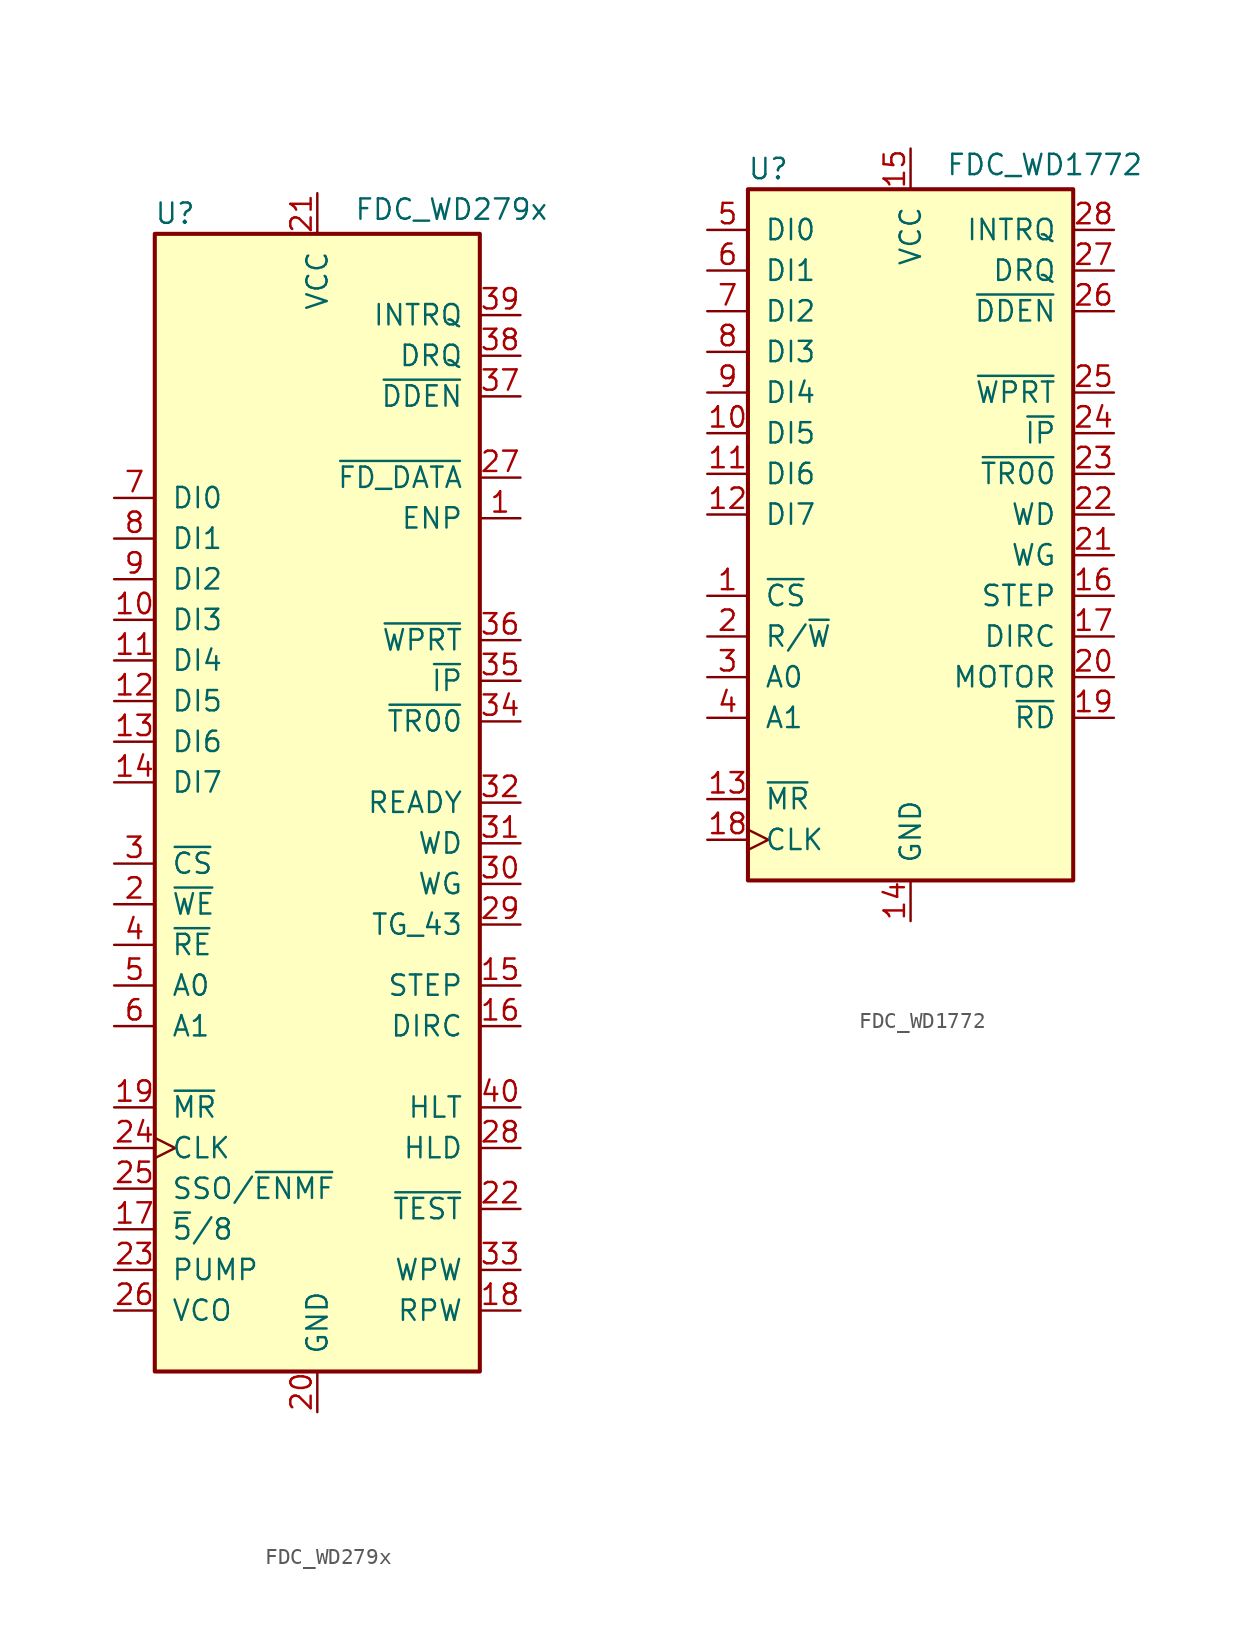
<source format=kicad_sym>
(kicad_symbol_lib
  (version 20241209)
  (generator "kicad_symbol_editor")
  (generator_version "9.0")
  (symbol "FDC_WD279x"
    (pin_names
      (offset 1.016))
    (property "Reference" "U"
      (at -8.89 36.83 0)
      (effects (font (size 1.27 1.27))))
    (property "Value" "FDC_WD279x"
      (at 8.382 37.084 0)
      (effects (font (size 1.27 1.27))))
    (symbol "FDC_WD279x_0_1"
      (rectangle (start -10.16 35.56) (end 10.16 -35.56) (stroke (width 0.254) (type default)) (fill (type background))))
    (symbol "FDC_WD279x_1_1"
      (pin tri_state line (at -12.7 19.05 0) (length 2.54) (name "DI0" (effects (font (size 1.27 1.27)))) (number "7" (effects (font (size 1.27 1.27)))))
      (pin tri_state line (at -12.7 16.51 0) (length 2.54) (name "DI1" (effects (font (size 1.27 1.27)))) (number "8" (effects (font (size 1.27 1.27)))))
      (pin tri_state line (at -12.7 13.97 0) (length 2.54) (name "DI2" (effects (font (size 1.27 1.27)))) (number "9" (effects (font (size 1.27 1.27)))))
      (pin tri_state line (at -12.7 11.43 0) (length 2.54) (name "DI3" (effects (font (size 1.27 1.27)))) (number "10" (effects (font (size 1.27 1.27)))))
      (pin tri_state line (at -12.7 8.89 0) (length 2.54) (name "DI4" (effects (font (size 1.27 1.27)))) (number "11" (effects (font (size 1.27 1.27)))))
      (pin tri_state line (at -12.7 6.35 0) (length 2.54) (name "DI5" (effects (font (size 1.27 1.27)))) (number "12" (effects (font (size 1.27 1.27)))))
      (pin tri_state line (at -12.7 3.81 0) (length 2.54) (name "DI6" (effects (font (size 1.27 1.27)))) (number "13" (effects (font (size 1.27 1.27)))))
      (pin tri_state line (at -12.7 1.27 0) (length 2.54) (name "DI7" (effects (font (size 1.27 1.27)))) (number "14" (effects (font (size 1.27 1.27)))))
      (pin input line (at -12.7 -3.81 0) (length 2.54) (name "~{CS}" (effects (font (size 1.27 1.27)))) (number "3" (effects (font (size 1.27 1.27)))))
      (pin input line (at -12.7 -6.35 0) (length 2.54) (name "~{WE}" (effects (font (size 1.27 1.27)))) (number "2" (effects (font (size 1.27 1.27)))))
      (pin input line (at -12.7 -8.89 0) (length 2.54) (name "~{RE}" (effects (font (size 1.27 1.27)))) (number "4" (effects (font (size 1.27 1.27)))))
      (pin input line (at -12.7 -11.43 0) (length 2.54) (name "A0" (effects (font (size 1.27 1.27)))) (number "5" (effects (font (size 1.27 1.27)))))
      (pin input line (at -12.7 -13.97 0) (length 2.54) (name "A1" (effects (font (size 1.27 1.27)))) (number "6" (effects (font (size 1.27 1.27)))))
      (pin input line (at -12.7 -19.05 0) (length 2.54) (name "~{MR}" (effects (font (size 1.27 1.27)))) (number "19" (effects (font (size 1.27 1.27)))))
      (pin input clock (at -12.7 -21.59 0) (length 2.54) (name "CLK" (effects (font (size 1.27 1.27)))) (number "24" (effects (font (size 1.27 1.27)))))
      (pin passive line (at -12.7 -24.13 0) (length 2.54) (name "SSO/~{ENMF}" (effects (font (size 1.27 1.27)))) (number "25" (effects (font (size 1.27 1.27)))))
      (pin input line (at -12.7 -26.67 0) (length 2.54) (name "~{5}/8" (effects (font (size 1.27 1.27)))) (number "17" (effects (font (size 1.27 1.27)))))
      (pin input line (at -12.7 -29.21 0) (length 2.54) (name "PUMP" (effects (font (size 1.27 1.27)))) (number "23" (effects (font (size 1.27 1.27)))))
      (pin passive line (at -12.7 -31.75 0) (length 2.54) (name "VCO" (effects (font (size 1.27 1.27)))) (number "26" (effects (font (size 1.27 1.27)))))
      (pin power_in line (at 0 38.1 270) (length 2.54) (name "VCC" (effects (font (size 1.27 1.27)))) (number "21" (effects (font (size 1.27 1.27)))))
      (pin power_in line (at 0 -38.1 90) (length 2.54) (name "GND" (effects (font (size 1.27 1.27)))) (number "20" (effects (font (size 1.27 1.27)))))
      (pin input line (at 12.7 30.48 180) (length 2.54) (name "INTRQ" (effects (font (size 1.27 1.27)))) (number "39" (effects (font (size 1.27 1.27)))))
      (pin output line (at 12.7 27.94 180) (length 2.54) (name "DRQ" (effects (font (size 1.27 1.27)))) (number "38" (effects (font (size 1.27 1.27)))))
      (pin input line (at 12.7 25.4 180) (length 2.54) (name "~{DDEN}" (effects (font (size 1.27 1.27)))) (number "37" (effects (font (size 1.27 1.27)))))
      (pin input line (at 12.7 20.32 180) (length 2.54) (name "~{FD_DATA}" (effects (font (size 1.27 1.27)))) (number "27" (effects (font (size 1.27 1.27)))))
      (pin input line (at 12.7 17.78 180) (length 2.54) (name "ENP" (effects (font (size 1.27 1.27)))) (number "1" (effects (font (size 1.27 1.27)))))
      (pin input line (at 12.7 10.16 180) (length 2.54) (name "~{WPRT}" (effects (font (size 1.27 1.27)))) (number "36" (effects (font (size 1.27 1.27)))))
      (pin input line (at 12.7 7.62 180) (length 2.54) (name "~{IP}" (effects (font (size 1.27 1.27)))) (number "35" (effects (font (size 1.27 1.27)))))
      (pin input line (at 12.7 5.08 180) (length 2.54) (name "~{TR00}" (effects (font (size 1.27 1.27)))) (number "34" (effects (font (size 1.27 1.27)))))
      (pin input line (at 12.7 0 180) (length 2.54) (name "READY" (effects (font (size 1.27 1.27)))) (number "32" (effects (font (size 1.27 1.27)))))
      (pin output line (at 12.7 -2.54 180) (length 2.54) (name "WD" (effects (font (size 1.27 1.27)))) (number "31" (effects (font (size 1.27 1.27)))))
      (pin output line (at 12.7 -5.08 180) (length 2.54) (name "WG" (effects (font (size 1.27 1.27)))) (number "30" (effects (font (size 1.27 1.27)))))
      (pin output line (at 12.7 -7.62 180) (length 2.54) (name "TG_43" (effects (font (size 1.27 1.27)))) (number "29" (effects (font (size 1.27 1.27)))))
      (pin output line (at 12.7 -11.43 180) (length 2.54) (name "STEP" (effects (font (size 1.27 1.27)))) (number "15" (effects (font (size 1.27 1.27)))))
      (pin output line (at 12.7 -13.97 180) (length 2.54) (name "DIRC" (effects (font (size 1.27 1.27)))) (number "16" (effects (font (size 1.27 1.27)))))
      (pin input line (at 12.7 -19.05 180) (length 2.54) (name "HLT" (effects (font (size 1.27 1.27)))) (number "40" (effects (font (size 1.27 1.27)))))
      (pin output line (at 12.7 -21.59 180) (length 2.54) (name "HLD" (effects (font (size 1.27 1.27)))) (number "28" (effects (font (size 1.27 1.27)))))
      (pin input line (at 12.7 -25.4 180) (length 2.54) (name "~{TEST}" (effects (font (size 1.27 1.27)))) (number "22" (effects (font (size 1.27 1.27)))))
      (pin passive line (at 12.7 -29.21 180) (length 2.54) (name "WPW" (effects (font (size 1.27 1.27)))) (number "33" (effects (font (size 1.27 1.27)))))
      (pin passive line (at 12.7 -31.75 180) (length 2.54) (name "RPW" (effects (font (size 1.27 1.27)))) (number "18" (effects (font (size 1.27 1.27)))))))
  (symbol "FDC_WD1772"
    (pin_names
      (offset 1.016))
    (property "Reference" "U"
      (at -8.89 24.13 0)
      (effects (font (size 1.27 1.27))))
    (property "Value" "FDC_WD1772"
      (at 8.382 24.384 0)
      (effects (font (size 1.27 1.27))))
    (symbol "FDC_WD1772_0_1"
      (rectangle (start -10.16 22.86) (end 10.16 -20.32) (stroke (width 0.254) (type default)) (fill (type background))))
    (symbol "FDC_WD1772_1_1"
      (pin tri_state line (at -12.7 20.32 0) (length 2.54) (name "DI0" (effects (font (size 1.27 1.27)))) (number "5" (effects (font (size 1.27 1.27)))))
      (pin tri_state line (at -12.7 17.78 0) (length 2.54) (name "DI1" (effects (font (size 1.27 1.27)))) (number "6" (effects (font (size 1.27 1.27)))))
      (pin tri_state line (at -12.7 15.24 0) (length 2.54) (name "DI2" (effects (font (size 1.27 1.27)))) (number "7" (effects (font (size 1.27 1.27)))))
      (pin tri_state line (at -12.7 12.7 0) (length 2.54) (name "DI3" (effects (font (size 1.27 1.27)))) (number "8" (effects (font (size 1.27 1.27)))))
      (pin tri_state line (at -12.7 10.16 0) (length 2.54) (name "DI4" (effects (font (size 1.27 1.27)))) (number "9" (effects (font (size 1.27 1.27)))))
      (pin tri_state line (at -12.7 7.62 0) (length 2.54) (name "DI5" (effects (font (size 1.27 1.27)))) (number "10" (effects (font (size 1.27 1.27)))))
      (pin tri_state line (at -12.7 5.08 0) (length 2.54) (name "DI6" (effects (font (size 1.27 1.27)))) (number "11" (effects (font (size 1.27 1.27)))))
      (pin tri_state line (at -12.7 2.54 0) (length 2.54) (name "DI7" (effects (font (size 1.27 1.27)))) (number "12" (effects (font (size 1.27 1.27)))))
      (pin input line (at -12.7 -2.54 0) (length 2.54) (name "~{CS}" (effects (font (size 1.27 1.27)))) (number "1" (effects (font (size 1.27 1.27)))))
      (pin input line (at -12.7 -5.08 0) (length 2.54) (name "R/~{W}" (effects (font (size 1.27 1.27)))) (number "2" (effects (font (size 1.27 1.27)))))
      (pin input line (at -12.7 -7.62 0) (length 2.54) (name "A0" (effects (font (size 1.27 1.27)))) (number "3" (effects (font (size 1.27 1.27)))))
      (pin input line (at -12.7 -10.16 0) (length 2.54) (name "A1" (effects (font (size 1.27 1.27)))) (number "4" (effects (font (size 1.27 1.27)))))
      (pin input line (at -12.7 -15.24 0) (length 2.54) (name "~{MR}" (effects (font (size 1.27 1.27)))) (number "13" (effects (font (size 1.27 1.27)))))
      (pin input clock (at -12.7 -17.78 0) (length 2.54) (name "CLK" (effects (font (size 1.27 1.27)))) (number "18" (effects (font (size 1.27 1.27)))))
      (pin power_in line (at 0 25.4 270) (length 2.54) (name "VCC" (effects (font (size 1.27 1.27)))) (number "15" (effects (font (size 1.27 1.27)))))
      (pin power_in line (at 0 -22.86 90) (length 2.54) (name "GND" (effects (font (size 1.27 1.27)))) (number "14" (effects (font (size 1.27 1.27)))))
      (pin input line (at 12.7 20.32 180) (length 2.54) (name "INTRQ" (effects (font (size 1.27 1.27)))) (number "28" (effects (font (size 1.27 1.27)))))
      (pin output line (at 12.7 17.78 180) (length 2.54) (name "DRQ" (effects (font (size 1.27 1.27)))) (number "27" (effects (font (size 1.27 1.27)))))
      (pin input line (at 12.7 15.24 180) (length 2.54) (name "~{DDEN}" (effects (font (size 1.27 1.27)))) (number "26" (effects (font (size 1.27 1.27)))))
      (pin input line (at 12.7 10.16 180) (length 2.54) (name "~{WPRT}" (effects (font (size 1.27 1.27)))) (number "25" (effects (font (size 1.27 1.27)))))
      (pin input line (at 12.7 7.62 180) (length 2.54) (name "~{IP}" (effects (font (size 1.27 1.27)))) (number "24" (effects (font (size 1.27 1.27)))))
      (pin input line (at 12.7 5.08 180) (length 2.54) (name "~{TR00}" (effects (font (size 1.27 1.27)))) (number "23" (effects (font (size 1.27 1.27)))))
      (pin output line (at 12.7 2.54 180) (length 2.54) (name "WD" (effects (font (size 1.27 1.27)))) (number "22" (effects (font (size 1.27 1.27)))))
      (pin output line (at 12.7 0 180) (length 2.54) (name "WG" (effects (font (size 1.27 1.27)))) (number "21" (effects (font (size 1.27 1.27)))))
      (pin output line (at 12.7 -2.54 180) (length 2.54) (name "STEP" (effects (font (size 1.27 1.27)))) (number "16" (effects (font (size 1.27 1.27)))))
      (pin output line (at 12.7 -5.08 180) (length 2.54) (name "DIRC" (effects (font (size 1.27 1.27)))) (number "17" (effects (font (size 1.27 1.27)))))
      (pin output line (at 12.7 -7.62 180) (length 2.54) (name "MOTOR" (effects (font (size 1.27 1.27)))) (number "20" (effects (font (size 1.27 1.27)))))
      (pin input line (at 12.7 -10.16 180) (length 2.54) (name "~{RD}" (effects (font (size 1.27 1.27)))) (number "19" (effects (font (size 1.27 1.27))))))))
</source>
